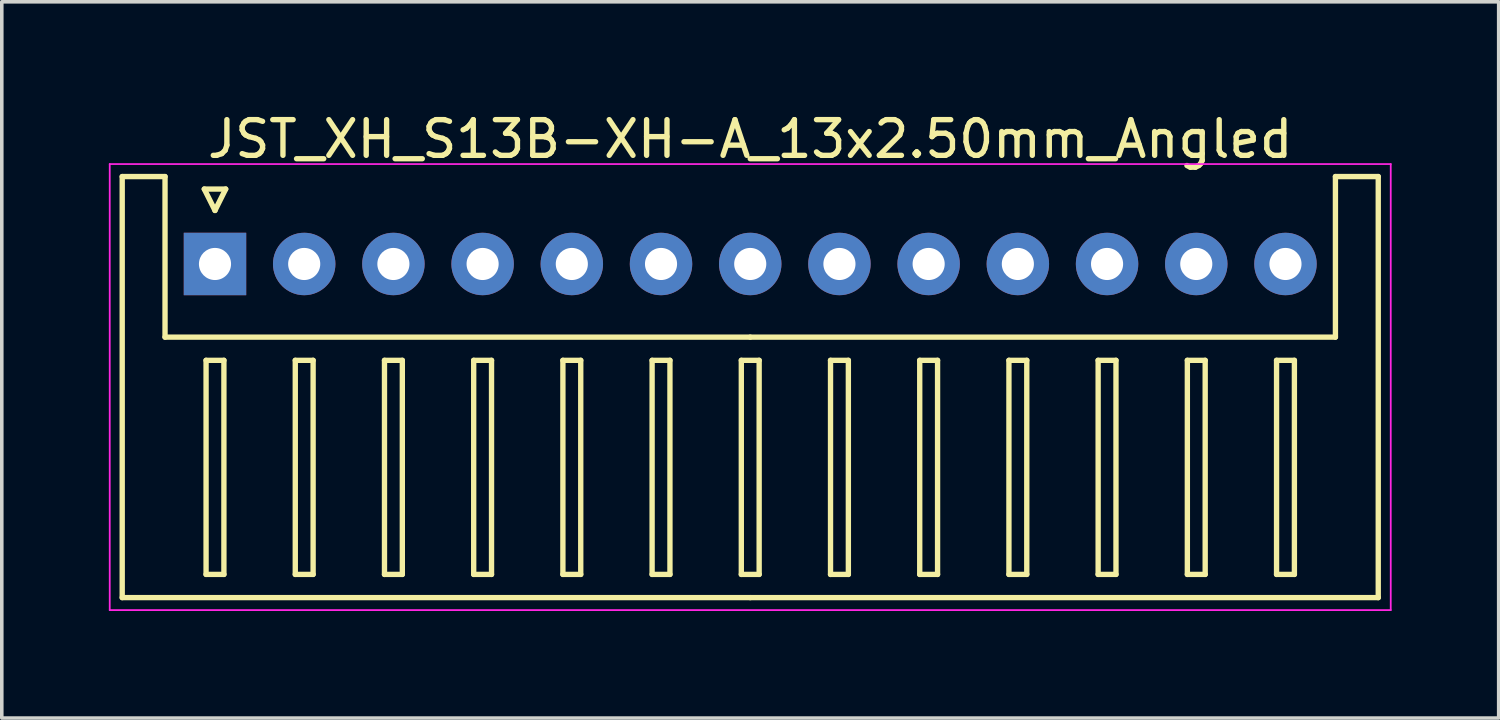
<source format=kicad_pcb>
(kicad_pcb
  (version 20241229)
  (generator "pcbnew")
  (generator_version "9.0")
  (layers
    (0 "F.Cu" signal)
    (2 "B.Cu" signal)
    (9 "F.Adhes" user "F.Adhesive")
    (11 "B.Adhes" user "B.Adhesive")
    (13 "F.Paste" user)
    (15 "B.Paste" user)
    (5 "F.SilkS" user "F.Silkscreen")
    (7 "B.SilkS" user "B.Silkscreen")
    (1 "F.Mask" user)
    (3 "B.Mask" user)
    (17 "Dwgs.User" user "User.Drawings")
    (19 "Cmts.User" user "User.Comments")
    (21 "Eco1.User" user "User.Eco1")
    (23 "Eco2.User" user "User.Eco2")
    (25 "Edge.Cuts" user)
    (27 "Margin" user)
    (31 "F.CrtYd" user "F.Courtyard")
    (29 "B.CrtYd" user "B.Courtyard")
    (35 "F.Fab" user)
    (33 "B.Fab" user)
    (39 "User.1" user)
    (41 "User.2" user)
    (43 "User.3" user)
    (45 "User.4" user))
  (footprint "JST_XH_S13B-XH-A_13x2.50mm_Angled"
    (layer "F.Cu")
    (at 2.975 4.348)
    (property "Reference" "JST_XH_S13B-XH-A_13x2.50mm_Angled" (at 15 -3.5 0) (layer "F.SilkS") (effects (font (size 1 1) (thickness 0.15))))
    (attr through_hole)
    (fp_line (start -2.6 -2.45) (end -1.4 -2.45) (stroke (width 0.15) (type solid)) (layer "F.SilkS"))
    (fp_line (start -2.6 9.35) (end -2.6 -2.45) (stroke (width 0.15) (type solid)) (layer "F.SilkS"))
    (fp_line (start -1.4 -2.45) (end -1.4 2.05) (stroke (width 0.15) (type solid)) (layer "F.SilkS"))
    (fp_line (start -1.4 2.05) (end 15 2.05) (stroke (width 0.15) (type solid)) (layer "F.SilkS"))
    (fp_line (start -0.3 -2.1) (end 0.3 -2.1) (stroke (width 0.15) (type solid)) (layer "F.SilkS"))
    (fp_line (start -0.25 2.7) (end -0.25 8.7) (stroke (width 0.15) (type solid)) (layer "F.SilkS"))
    (fp_line (start -0.25 8.7) (end 0.25 8.7) (stroke (width 0.15) (type solid)) (layer "F.SilkS"))
    (fp_line (start 0 -1.5) (end -0.3 -2.1) (stroke (width 0.15) (type solid)) (layer "F.SilkS"))
    (fp_line (start 0.25 2.7) (end -0.25 2.7) (stroke (width 0.15) (type solid)) (layer "F.SilkS"))
    (fp_line (start 0.25 8.7) (end 0.25 2.7) (stroke (width 0.15) (type solid)) (layer "F.SilkS"))
    (fp_line (start 0.3 -2.1) (end 0 -1.5) (stroke (width 0.15) (type solid)) (layer "F.SilkS"))
    (fp_line (start 2.25 2.7) (end 2.25 8.7) (stroke (width 0.15) (type solid)) (layer "F.SilkS"))
    (fp_line (start 2.25 8.7) (end 2.75 8.7) (stroke (width 0.15) (type solid)) (layer "F.SilkS"))
    (fp_line (start 2.75 2.7) (end 2.25 2.7) (stroke (width 0.15) (type solid)) (layer "F.SilkS"))
    (fp_line (start 2.75 8.7) (end 2.75 2.7) (stroke (width 0.15) (type solid)) (layer "F.SilkS"))
    (fp_line (start 4.75 2.7) (end 4.75 8.7) (stroke (width 0.15) (type solid)) (layer "F.SilkS"))
    (fp_line (start 4.75 8.7) (end 5.25 8.7) (stroke (width 0.15) (type solid)) (layer "F.SilkS"))
    (fp_line (start 5.25 2.7) (end 4.75 2.7) (stroke (width 0.15) (type solid)) (layer "F.SilkS"))
    (fp_line (start 5.25 8.7) (end 5.25 2.7) (stroke (width 0.15) (type solid)) (layer "F.SilkS"))
    (fp_line (start 7.25 2.7) (end 7.25 8.7) (stroke (width 0.15) (type solid)) (layer "F.SilkS"))
    (fp_line (start 7.25 8.7) (end 7.75 8.7) (stroke (width 0.15) (type solid)) (layer "F.SilkS"))
    (fp_line (start 7.75 2.7) (end 7.25 2.7) (stroke (width 0.15) (type solid)) (layer "F.SilkS"))
    (fp_line (start 7.75 8.7) (end 7.75 2.7) (stroke (width 0.15) (type solid)) (layer "F.SilkS"))
    (fp_line (start 9.75 2.7) (end 9.75 8.7) (stroke (width 0.15) (type solid)) (layer "F.SilkS"))
    (fp_line (start 9.75 8.7) (end 10.25 8.7) (stroke (width 0.15) (type solid)) (layer "F.SilkS"))
    (fp_line (start 10.25 2.7) (end 9.75 2.7) (stroke (width 0.15) (type solid)) (layer "F.SilkS"))
    (fp_line (start 10.25 8.7) (end 10.25 2.7) (stroke (width 0.15) (type solid)) (layer "F.SilkS"))
    (fp_line (start 12.25 2.7) (end 12.25 8.7) (stroke (width 0.15) (type solid)) (layer "F.SilkS"))
    (fp_line (start 12.25 8.7) (end 12.75 8.7) (stroke (width 0.15) (type solid)) (layer "F.SilkS"))
    (fp_line (start 12.75 2.7) (end 12.25 2.7) (stroke (width 0.15) (type solid)) (layer "F.SilkS"))
    (fp_line (start 12.75 8.7) (end 12.75 2.7) (stroke (width 0.15) (type solid)) (layer "F.SilkS"))
    (fp_line (start 14.75 2.7) (end 14.75 8.7) (stroke (width 0.15) (type solid)) (layer "F.SilkS"))
    (fp_line (start 14.75 8.7) (end 15.25 8.7) (stroke (width 0.15) (type solid)) (layer "F.SilkS"))
    (fp_line (start 15 9.35) (end -2.6 9.35) (stroke (width 0.15) (type solid)) (layer "F.SilkS"))
    (fp_line (start 15 9.35) (end 32.6 9.35) (stroke (width 0.15) (type solid)) (layer "F.SilkS"))
    (fp_line (start 15.25 2.7) (end 14.75 2.7) (stroke (width 0.15) (type solid)) (layer "F.SilkS"))
    (fp_line (start 15.25 8.7) (end 15.25 2.7) (stroke (width 0.15) (type solid)) (layer "F.SilkS"))
    (fp_line (start 17.25 2.7) (end 17.25 8.7) (stroke (width 0.15) (type solid)) (layer "F.SilkS"))
    (fp_line (start 17.25 8.7) (end 17.75 8.7) (stroke (width 0.15) (type solid)) (layer "F.SilkS"))
    (fp_line (start 17.75 2.7) (end 17.25 2.7) (stroke (width 0.15) (type solid)) (layer "F.SilkS"))
    (fp_line (start 17.75 8.7) (end 17.75 2.7) (stroke (width 0.15) (type solid)) (layer "F.SilkS"))
    (fp_line (start 19.75 2.7) (end 19.75 8.7) (stroke (width 0.15) (type solid)) (layer "F.SilkS"))
    (fp_line (start 19.75 8.7) (end 20.25 8.7) (stroke (width 0.15) (type solid)) (layer "F.SilkS"))
    (fp_line (start 20.25 2.7) (end 19.75 2.7) (stroke (width 0.15) (type solid)) (layer "F.SilkS"))
    (fp_line (start 20.25 8.7) (end 20.25 2.7) (stroke (width 0.15) (type solid)) (layer "F.SilkS"))
    (fp_line (start 22.25 2.7) (end 22.25 8.7) (stroke (width 0.15) (type solid)) (layer "F.SilkS"))
    (fp_line (start 22.25 8.7) (end 22.75 8.7) (stroke (width 0.15) (type solid)) (layer "F.SilkS"))
    (fp_line (start 22.75 2.7) (end 22.25 2.7) (stroke (width 0.15) (type solid)) (layer "F.SilkS"))
    (fp_line (start 22.75 8.7) (end 22.75 2.7) (stroke (width 0.15) (type solid)) (layer "F.SilkS"))
    (fp_line (start 24.75 2.7) (end 24.75 8.7) (stroke (width 0.15) (type solid)) (layer "F.SilkS"))
    (fp_line (start 24.75 8.7) (end 25.25 8.7) (stroke (width 0.15) (type solid)) (layer "F.SilkS"))
    (fp_line (start 25.25 2.7) (end 24.75 2.7) (stroke (width 0.15) (type solid)) (layer "F.SilkS"))
    (fp_line (start 25.25 8.7) (end 25.25 2.7) (stroke (width 0.15) (type solid)) (layer "F.SilkS"))
    (fp_line (start 27.25 2.7) (end 27.25 8.7) (stroke (width 0.15) (type solid)) (layer "F.SilkS"))
    (fp_line (start 27.25 8.7) (end 27.75 8.7) (stroke (width 0.15) (type solid)) (layer "F.SilkS"))
    (fp_line (start 27.75 2.7) (end 27.25 2.7) (stroke (width 0.15) (type solid)) (layer "F.SilkS"))
    (fp_line (start 27.75 8.7) (end 27.75 2.7) (stroke (width 0.15) (type solid)) (layer "F.SilkS"))
    (fp_line (start 29.75 2.7) (end 29.75 8.7) (stroke (width 0.15) (type solid)) (layer "F.SilkS"))
    (fp_line (start 29.75 8.7) (end 30.25 8.7) (stroke (width 0.15) (type solid)) (layer "F.SilkS"))
    (fp_line (start 30.25 2.7) (end 29.75 2.7) (stroke (width 0.15) (type solid)) (layer "F.SilkS"))
    (fp_line (start 30.25 8.7) (end 30.25 2.7) (stroke (width 0.15) (type solid)) (layer "F.SilkS"))
    (fp_line (start 31.4 -2.45) (end 31.4 2.05) (stroke (width 0.15) (type solid)) (layer "F.SilkS"))
    (fp_line (start 31.4 2.05) (end 15 2.05) (stroke (width 0.15) (type solid)) (layer "F.SilkS"))
    (fp_line (start 32.6 -2.45) (end 31.4 -2.45) (stroke (width 0.15) (type solid)) (layer "F.SilkS"))
    (fp_line (start 32.6 9.35) (end 32.6 -2.45) (stroke (width 0.15) (type solid)) (layer "F.SilkS"))
    (fp_line (start -2.95 -2.8) (end -2.95 9.7) (stroke (width 0.05) (type solid)) (layer "F.CrtYd"))
    (fp_line (start -2.95 9.7) (end 32.95 9.7) (stroke (width 0.05) (type solid)) (layer "F.CrtYd"))
    (fp_line (start 32.95 -2.8) (end -2.95 -2.8) (stroke (width 0.05) (type solid)) (layer "F.CrtYd"))
    (fp_line (start 32.95 9.7) (end 32.95 -2.8) (stroke (width 0.05) (type solid)) (layer "F.CrtYd"))
    (pad "1" thru_hole rect (at 0 0) (size 1.75 1.75) (drill 0.9) (layers "*.Cu" "*.Mask"))
    (pad "2" thru_hole circle (at 2.5 0) (size 1.75 1.75) (drill 0.9) (layers "*.Cu" "*.Mask"))
    (pad "3" thru_hole circle (at 5 0) (size 1.75 1.75) (drill 0.9) (layers "*.Cu" "*.Mask"))
    (pad "4" thru_hole circle (at 7.5 0) (size 1.75 1.75) (drill 0.9) (layers "*.Cu" "*.Mask"))
    (pad "5" thru_hole circle (at 10 0) (size 1.75 1.75) (drill 0.9) (layers "*.Cu" "*.Mask"))
    (pad "6" thru_hole circle (at 12.5 0) (size 1.75 1.75) (drill 0.9) (layers "*.Cu" "*.Mask"))
    (pad "7" thru_hole circle (at 15 0) (size 1.75 1.75) (drill 0.9) (layers "*.Cu" "*.Mask"))
    (pad "8" thru_hole circle (at 17.5 0) (size 1.75 1.75) (drill 0.9) (layers "*.Cu" "*.Mask"))
    (pad "9" thru_hole circle (at 20 0) (size 1.75 1.75) (drill 0.9) (layers "*.Cu" "*.Mask"))
    (pad "10" thru_hole circle (at 22.5 0) (size 1.75 1.75) (drill 0.9) (layers "*.Cu" "*.Mask"))
    (pad "11" thru_hole circle (at 25 0) (size 1.75 1.75) (drill 0.9) (layers "*.Cu" "*.Mask"))
    (pad "12" thru_hole circle (at 27.5 0) (size 1.75 1.75) (drill 0.9) (layers "*.Cu" "*.Mask"))
    (pad "13" thru_hole circle (at 30 0) (size 1.75 1.75) (drill 0.9) (layers "*.Cu" "*.Mask")))
  (gr_rect
    (start -3 -3)
    (end 38.95 17.073)
    (stroke (width 0.1) (type default))
    (fill no)
    (layer "Edge.Cuts")))
</source>
